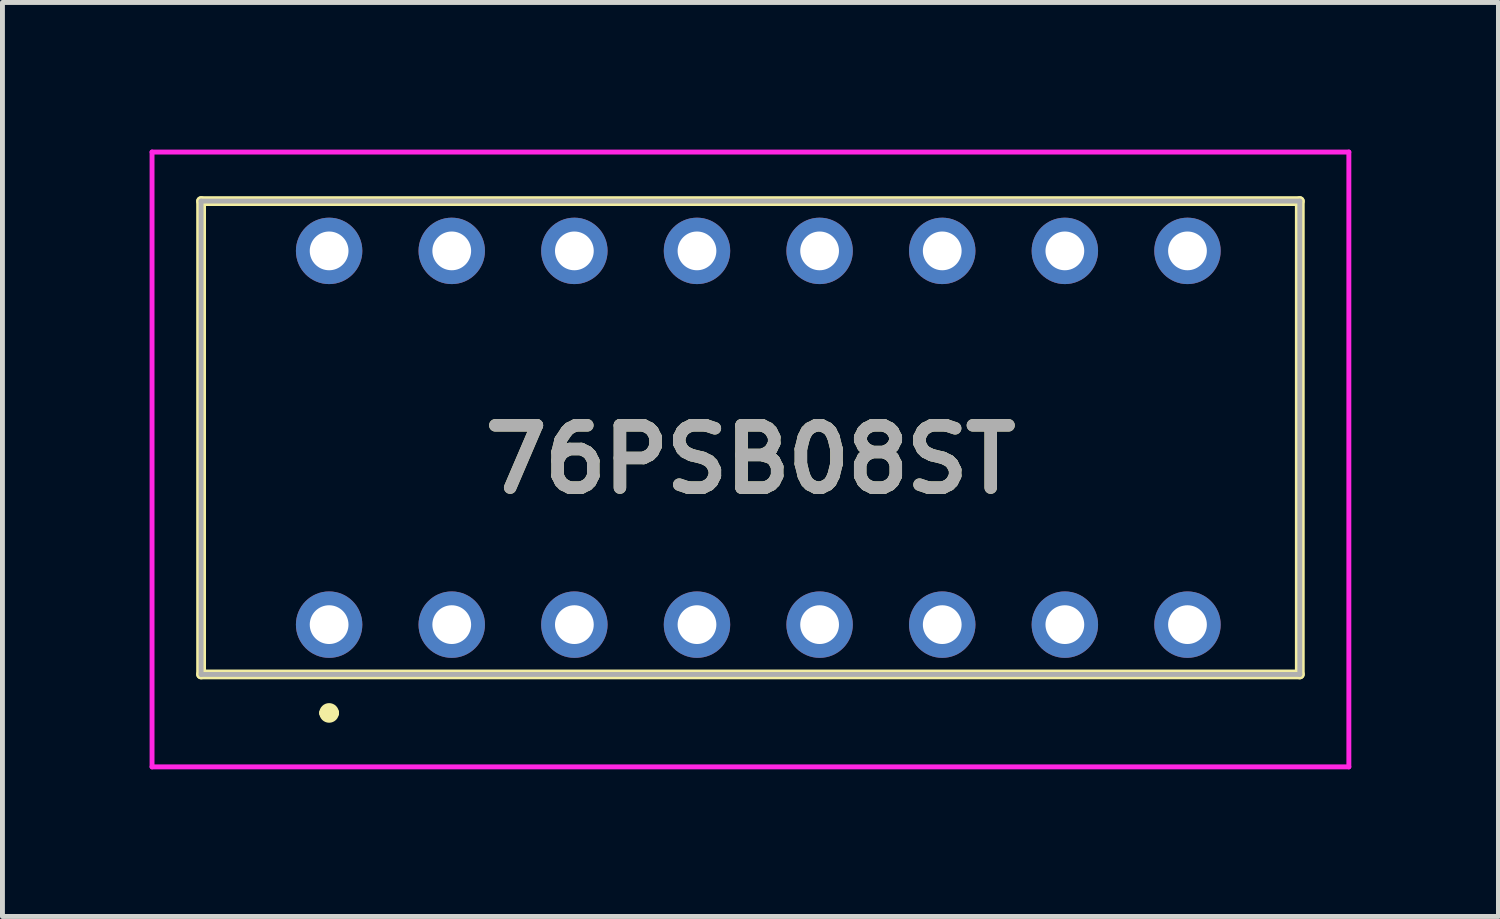
<source format=kicad_pcb>
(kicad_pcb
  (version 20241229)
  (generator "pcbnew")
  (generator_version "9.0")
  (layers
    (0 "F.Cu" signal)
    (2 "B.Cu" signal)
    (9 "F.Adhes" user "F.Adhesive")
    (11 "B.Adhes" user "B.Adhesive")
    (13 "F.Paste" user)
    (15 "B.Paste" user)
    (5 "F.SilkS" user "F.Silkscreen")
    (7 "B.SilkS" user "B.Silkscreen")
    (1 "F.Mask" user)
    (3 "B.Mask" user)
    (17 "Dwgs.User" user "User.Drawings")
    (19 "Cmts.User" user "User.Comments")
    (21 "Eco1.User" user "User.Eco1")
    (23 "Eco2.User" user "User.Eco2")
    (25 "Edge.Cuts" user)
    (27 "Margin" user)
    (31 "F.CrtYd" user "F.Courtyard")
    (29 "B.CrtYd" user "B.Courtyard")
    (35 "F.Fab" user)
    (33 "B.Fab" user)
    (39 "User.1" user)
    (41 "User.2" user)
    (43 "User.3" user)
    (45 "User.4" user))
  (footprint "76PSB08ST"
    (layer "F.Cu")
    (at 3.66 9.685)
    (property "Reference" "76PSB08ST" (at 8.59 -3.368 0) (layer "F.SilkS") (effects (font (size 1.27 1.27) (thickness 0.254))))
    (attr through_hole)
    (fp_line (start -2.61 -8.635) (end 19.79 -8.635) (stroke (width 0.2) (type solid)) (layer "F.SilkS"))
    (fp_line (start -2.61 1.015) (end -2.61 -8.635) (stroke (width 0.2) (type solid)) (layer "F.SilkS"))
    (fp_line (start -0.1 1.8) (end -0.1 1.8) (stroke (width 0.2) (type solid)) (layer "F.SilkS"))
    (fp_line (start 0.1 1.8) (end 0.1 1.8) (stroke (width 0.2) (type solid)) (layer "F.SilkS"))
    (fp_line (start 19.79 -8.635) (end 19.79 1.015) (stroke (width 0.2) (type solid)) (layer "F.SilkS"))
    (fp_line (start 19.79 1.015) (end -2.61 1.015) (stroke (width 0.2) (type solid)) (layer "F.SilkS"))
    (fp_arc (start -0.1 1.8) (mid 0 1.7) (end 0.1 1.8) (stroke (width 0.2) (type solid)) (layer "F.SilkS"))
    (fp_arc (start 0.1 1.8) (mid 0 1.9) (end -0.1 1.8) (stroke (width 0.2) (type solid)) (layer "F.SilkS"))
    (fp_line (start -3.61 -9.635) (end 20.79 -9.635) (stroke (width 0.1) (type solid)) (layer "F.CrtYd"))
    (fp_line (start -3.61 2.9) (end -3.61 -9.635) (stroke (width 0.1) (type solid)) (layer "F.CrtYd"))
    (fp_line (start 20.79 -9.635) (end 20.79 2.9) (stroke (width 0.1) (type solid)) (layer "F.CrtYd"))
    (fp_line (start 20.79 2.9) (end -3.61 2.9) (stroke (width 0.1) (type solid)) (layer "F.CrtYd"))
    (fp_line (start -2.61 -8.635) (end -2.61 1.015) (stroke (width 0.1) (type solid)) (layer "F.Fab"))
    (fp_line (start -2.61 1.015) (end 19.79 1.015) (stroke (width 0.1) (type solid)) (layer "F.Fab"))
    (fp_line (start 19.79 -8.635) (end -2.61 -8.635) (stroke (width 0.1) (type solid)) (layer "F.Fab"))
    (fp_line (start 19.79 1.015) (end 19.79 -8.635) (stroke (width 0.1) (type solid)) (layer "F.Fab"))
    (fp_text user "${REFERENCE}" (at 8.59 -3.368 0) (layer "F.Fab") (effects (font (size 1.27 1.27) (thickness 0.254))))
    (pad "A1" thru_hole circle (at 0 0) (size 1.354 1.354) (drill 0.79) (layers "*.Cu" "*.Mask"))
    (pad "A2" thru_hole circle (at 2.5 0) (size 1.354 1.354) (drill 0.79) (layers "*.Cu" "*.Mask"))
    (pad "A3" thru_hole circle (at 5 0) (size 1.354 1.354) (drill 0.79) (layers "*.Cu" "*.Mask"))
    (pad "A4" thru_hole circle (at 7.5 0) (size 1.354 1.354) (drill 0.79) (layers "*.Cu" "*.Mask"))
    (pad "A5" thru_hole circle (at 10 0) (size 1.354 1.354) (drill 0.79) (layers "*.Cu" "*.Mask"))
    (pad "A6" thru_hole circle (at 12.5 0) (size 1.354 1.354) (drill 0.79) (layers "*.Cu" "*.Mask"))
    (pad "A7" thru_hole circle (at 15 0) (size 1.354 1.354) (drill 0.79) (layers "*.Cu" "*.Mask"))
    (pad "A8" thru_hole circle (at 17.5 0) (size 1.354 1.354) (drill 0.79) (layers "*.Cu" "*.Mask"))
    (pad "B1" thru_hole circle (at 0 -7.62) (size 1.354 1.354) (drill 0.79) (layers "*.Cu" "*.Mask"))
    (pad "B2" thru_hole circle (at 2.5 -7.62) (size 1.354 1.354) (drill 0.79) (layers "*.Cu" "*.Mask"))
    (pad "B3" thru_hole circle (at 5 -7.62) (size 1.354 1.354) (drill 0.79) (layers "*.Cu" "*.Mask"))
    (pad "B4" thru_hole circle (at 7.5 -7.62) (size 1.354 1.354) (drill 0.79) (layers "*.Cu" "*.Mask"))
    (pad "B5" thru_hole circle (at 10 -7.62) (size 1.354 1.354) (drill 0.79) (layers "*.Cu" "*.Mask"))
    (pad "B6" thru_hole circle (at 12.5 -7.62) (size 1.354 1.354) (drill 0.79) (layers "*.Cu" "*.Mask"))
    (pad "B7" thru_hole circle (at 15 -7.62) (size 1.354 1.354) (drill 0.79) (layers "*.Cu" "*.Mask"))
    (pad "B8" thru_hole circle (at 17.5 -7.62) (size 1.354 1.354) (drill 0.79) (layers "*.Cu" "*.Mask")))
  (gr_rect
    (start -3 -3)
    (end 27.5 15.635)
    (stroke (width 0.1) (type default))
    (fill no)
    (layer "Edge.Cuts")))
</source>
